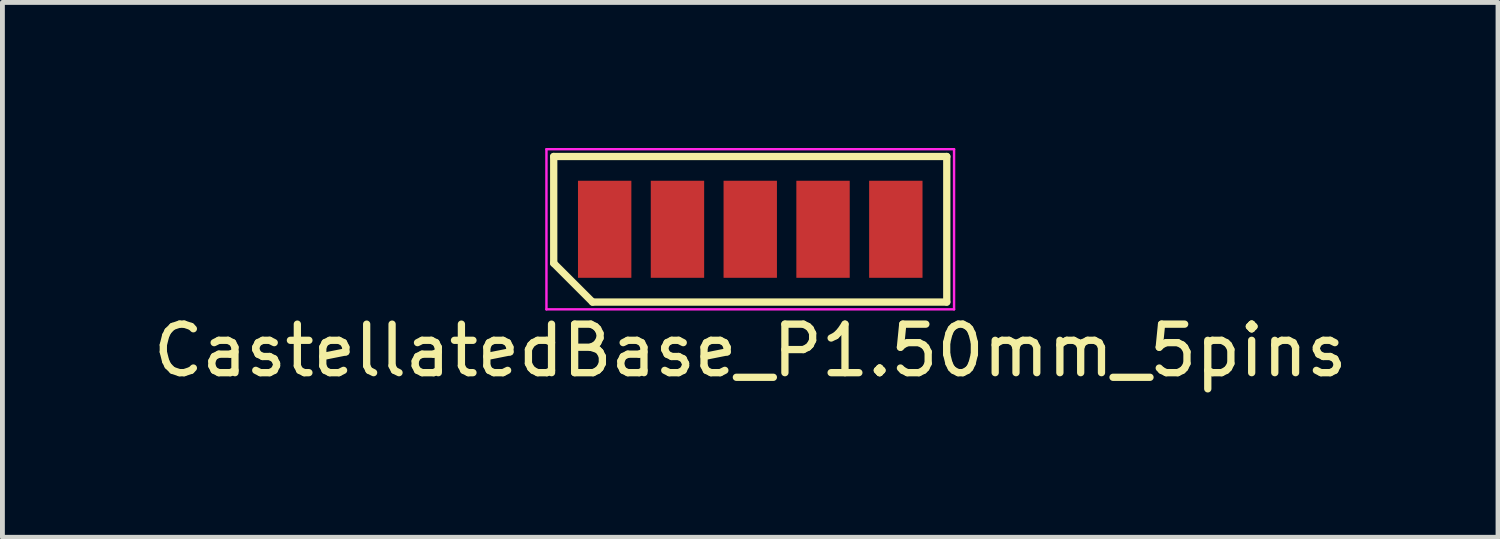
<source format=kicad_pcb>
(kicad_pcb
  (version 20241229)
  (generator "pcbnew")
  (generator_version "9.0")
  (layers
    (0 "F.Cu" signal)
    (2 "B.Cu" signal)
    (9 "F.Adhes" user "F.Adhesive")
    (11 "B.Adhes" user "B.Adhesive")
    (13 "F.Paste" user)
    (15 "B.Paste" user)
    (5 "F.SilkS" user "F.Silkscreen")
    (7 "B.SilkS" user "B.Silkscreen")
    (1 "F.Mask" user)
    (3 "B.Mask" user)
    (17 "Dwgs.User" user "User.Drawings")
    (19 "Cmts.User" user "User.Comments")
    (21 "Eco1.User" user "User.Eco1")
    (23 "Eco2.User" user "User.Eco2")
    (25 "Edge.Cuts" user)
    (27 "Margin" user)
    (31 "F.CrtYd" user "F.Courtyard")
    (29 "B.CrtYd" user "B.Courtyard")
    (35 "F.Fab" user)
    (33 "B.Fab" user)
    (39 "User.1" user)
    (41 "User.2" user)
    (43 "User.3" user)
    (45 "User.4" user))
  (footprint "CastellatedBase_P1.50mm_5pins"
    (layer "F.Cu")
    (at 12.411 1.675)
    (property "Reference" "CastellatedBase_P1.50mm_5pins" (at 0 2.5 0) (layer "F.SilkS") (effects (font (size 1 1) (thickness 0.15))))
    (attr smd)
    (fp_line (start -4.05 -1.5) (end 4.05 -1.5) (stroke (width 0.15) (type solid)) (layer "F.SilkS"))
    (fp_line (start -4.05 0.7) (end -4.05 -1.5) (stroke (width 0.15) (type solid)) (layer "F.SilkS"))
    (fp_line (start -3.25 1.5) (end -4.05 0.7) (stroke (width 0.15) (type solid)) (layer "F.SilkS"))
    (fp_line (start 4.05 -1.5) (end 4.05 1.5) (stroke (width 0.15) (type solid)) (layer "F.SilkS"))
    (fp_line (start 4.05 1.5) (end -3.25 1.5) (stroke (width 0.15) (type solid)) (layer "F.SilkS"))
    (fp_line (start -4.2 -1.65) (end 4.2 -1.65) (stroke (width 0.05) (type solid)) (layer "F.CrtYd"))
    (fp_line (start -4.2 1.65) (end -4.2 -1.65) (stroke (width 0.05) (type solid)) (layer "F.CrtYd"))
    (fp_line (start 4.2 -1.65) (end 4.2 1.65) (stroke (width 0.05) (type solid)) (layer "F.CrtYd"))
    (fp_line (start 4.2 1.65) (end -4.2 1.65) (stroke (width 0.05) (type solid)) (layer "F.CrtYd"))
    (pad "1" smd rect (at -3 0) (size 1.1 2) (layers "F.Cu" "F.Mask" "F.Paste"))
    (pad "2" smd rect (at -1.5 0) (size 1.1 2) (layers "F.Cu" "F.Mask" "F.Paste"))
    (pad "3" smd rect (at 0 0) (size 1.1 2) (layers "F.Cu" "F.Mask" "F.Paste"))
    (pad "4" smd rect (at 1.5 0) (size 1.1 2) (layers "F.Cu" "F.Mask" "F.Paste"))
    (pad "5" smd rect (at 3 0) (size 1.1 2) (layers "F.Cu" "F.Mask" "F.Paste")))
  (gr_rect
    (start -3 -3)
    (end 27.821 8.023)
    (stroke (width 0.1) (type default))
    (fill no)
    (layer "Edge.Cuts")))
</source>
